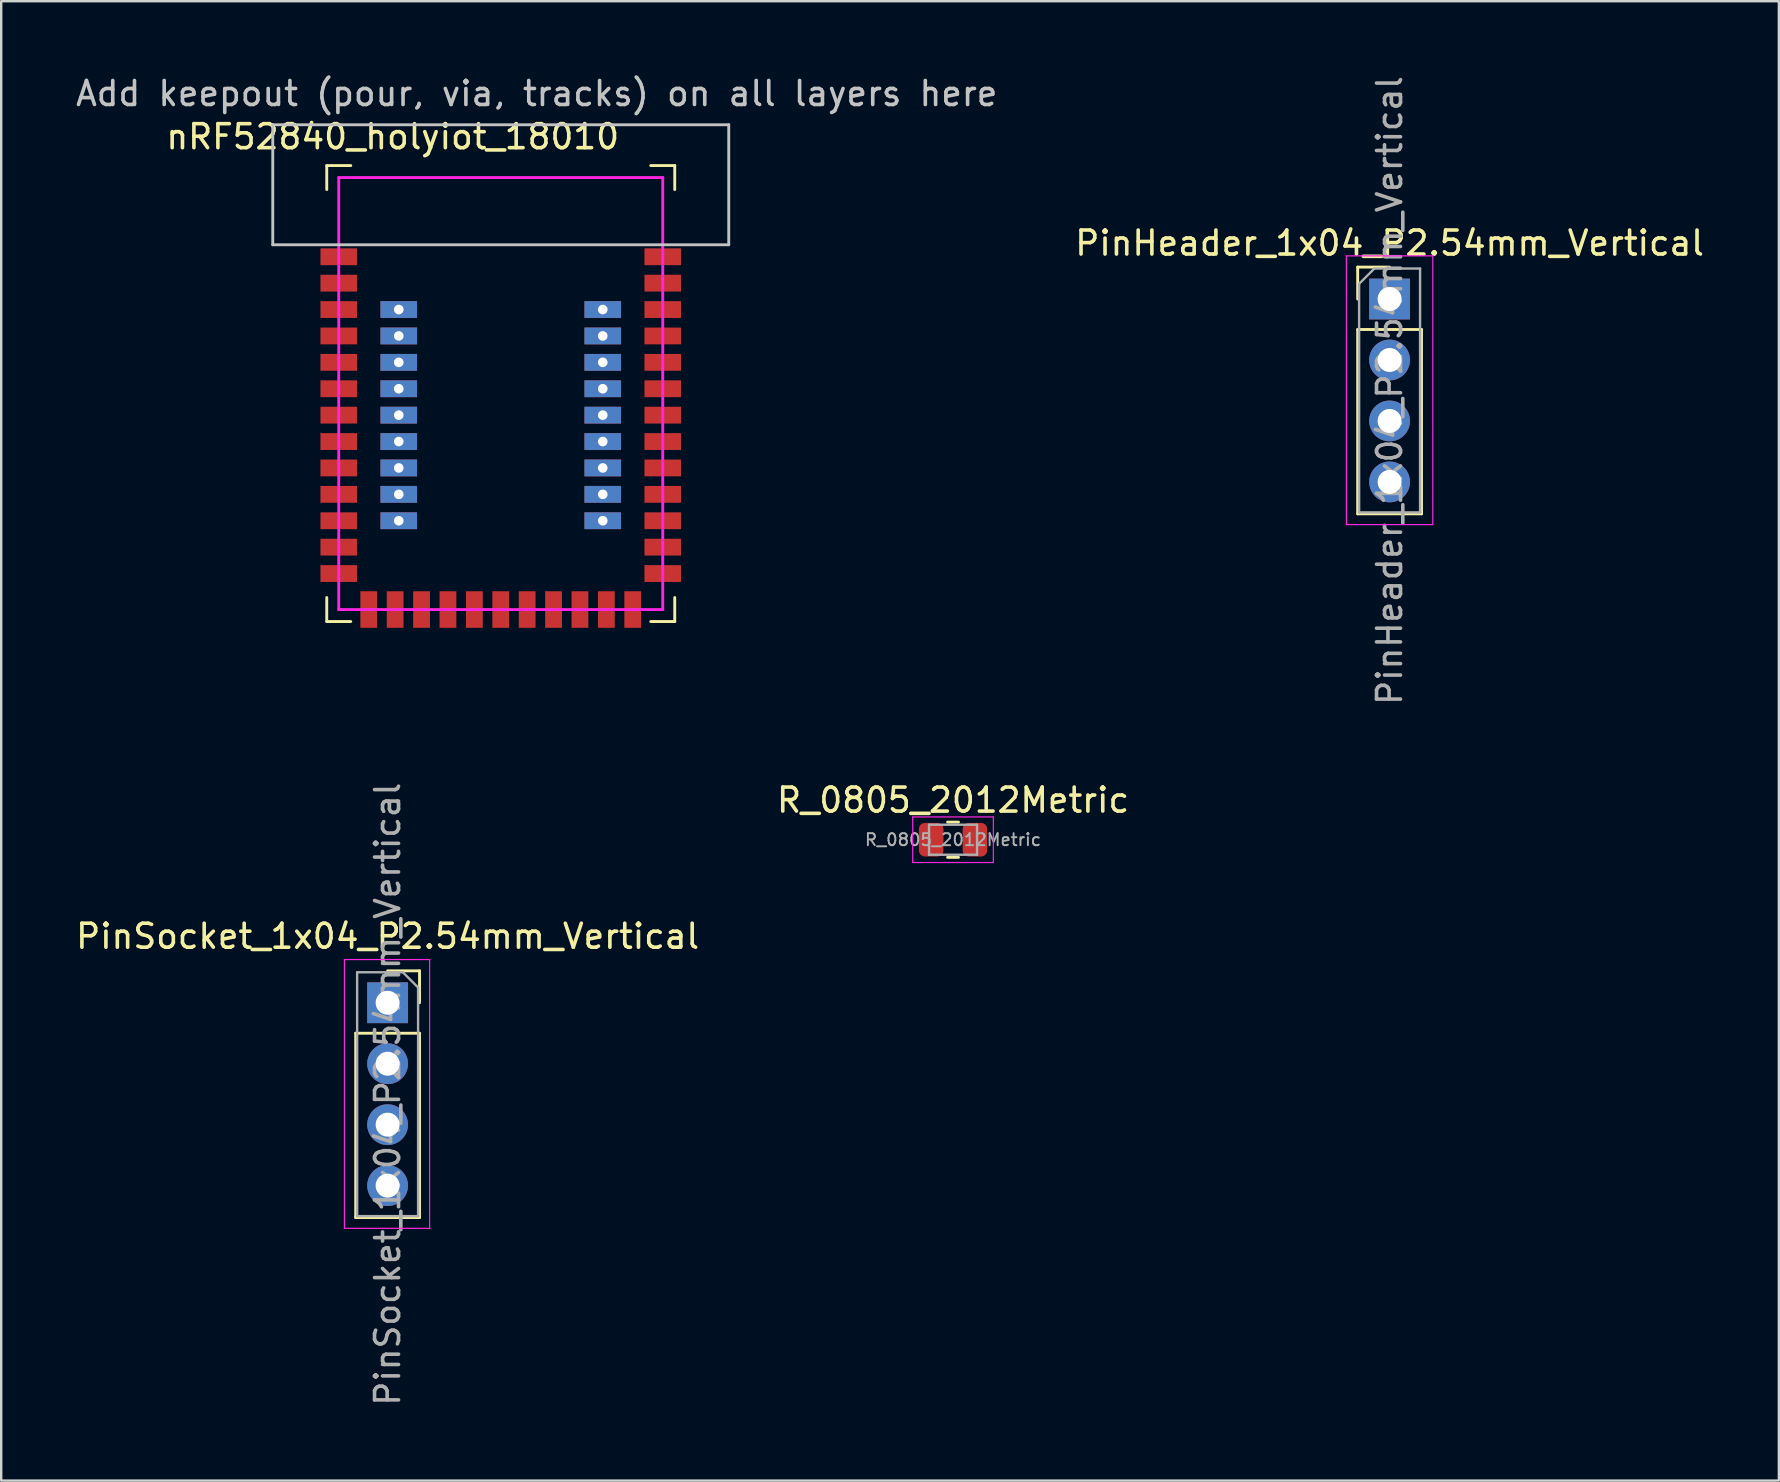
<source format=kicad_pcb>
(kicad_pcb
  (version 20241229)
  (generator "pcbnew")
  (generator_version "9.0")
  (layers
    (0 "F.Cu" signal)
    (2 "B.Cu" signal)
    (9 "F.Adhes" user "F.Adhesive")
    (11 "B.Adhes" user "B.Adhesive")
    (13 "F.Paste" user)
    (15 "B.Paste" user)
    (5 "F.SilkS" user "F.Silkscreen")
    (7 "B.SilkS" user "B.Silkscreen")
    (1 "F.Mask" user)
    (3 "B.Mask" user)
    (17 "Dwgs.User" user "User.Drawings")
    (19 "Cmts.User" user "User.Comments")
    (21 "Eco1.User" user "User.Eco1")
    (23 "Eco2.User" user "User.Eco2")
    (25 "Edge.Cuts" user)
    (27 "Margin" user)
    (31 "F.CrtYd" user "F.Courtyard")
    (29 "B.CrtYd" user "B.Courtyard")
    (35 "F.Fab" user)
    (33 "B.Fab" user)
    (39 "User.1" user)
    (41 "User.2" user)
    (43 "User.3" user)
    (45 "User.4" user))
  (footprint "nRF52840_holyiot_18010"
    (layer "F.Cu")
    (at 17.815 13.348)
    (property "Reference" "nRF52840_holyiot_18010" (at -4.5 -10.7 0) (layer "F.SilkS") (effects (font (size 1 1) (thickness 0.15))))
    (attr through_hole)
    (fp_line (start -7.25 -9.5) (end -7.25 -8.5) (stroke (width 0.12) (type solid)) (layer "F.SilkS"))
    (fp_line (start -7.25 -9.5) (end -6.25 -9.5) (stroke (width 0.12) (type solid)) (layer "F.SilkS"))
    (fp_line (start -7.25 8.5) (end -7.25 9.5) (stroke (width 0.12) (type solid)) (layer "F.SilkS"))
    (fp_line (start -6.25 9.5) (end -7.25 9.5) (stroke (width 0.12) (type solid)) (layer "F.SilkS"))
    (fp_line (start 6.25 -9.5) (end 7.25 -9.5) (stroke (width 0.12) (type solid)) (layer "F.SilkS"))
    (fp_line (start 6.25 9.5) (end 7.25 9.5) (stroke (width 0.12) (type solid)) (layer "F.SilkS"))
    (fp_line (start 7.25 -9.5) (end 7.25 -8.5) (stroke (width 0.12) (type solid)) (layer "F.SilkS"))
    (fp_line (start 7.25 8.5) (end 7.25 9.5) (stroke (width 0.12) (type solid)) (layer "F.SilkS"))
    (fp_line (start -9.5 -11.2) (end 9.5 -11.2) (stroke (width 0.12) (type solid)) (layer "Dwgs.User"))
    (fp_line (start -9.5 -6.2) (end -9.5 -11.2) (stroke (width 0.12) (type solid)) (layer "Dwgs.User"))
    (fp_line (start 9.5 -11.2) (end 9.5 -6.2) (stroke (width 0.12) (type solid)) (layer "Dwgs.User"))
    (fp_line (start 9.5 -6.2) (end -9.5 -6.2) (stroke (width 0.12) (type solid)) (layer "Dwgs.User"))
    (fp_line (start -6.75 -9) (end 6.75 -9) (stroke (width 0.12) (type solid)) (layer "F.CrtYd"))
    (fp_line (start -6.75 9) (end -6.75 -9) (stroke (width 0.12) (type solid)) (layer "F.CrtYd"))
    (fp_line (start 6.75 -9) (end 6.75 9) (stroke (width 0.12) (type solid)) (layer "F.CrtYd"))
    (fp_line (start 6.75 9) (end -6.75 9) (stroke (width 0.12) (type solid)) (layer "F.CrtYd"))
    (fp_text user "Add keepout (pour, via, tracks) on all layers here" (at 1.5 -12.5 0) (layer "Dwgs.User") (effects (font (size 1 1) (thickness 0.15))))
    (pad "1" smd rect (at -6.75 -5.7) (size 1.524 0.7) (layers "F.Cu" "F.Mask" "F.Paste"))
    (pad "2" smd rect (at -6.75 -4.6) (size 1.524 0.7) (layers "F.Cu" "F.Mask" "F.Paste"))
    (pad "3" smd rect (at -6.75 -3.5) (size 1.524 0.7) (layers "F.Cu" "F.Mask" "F.Paste"))
    (pad "4" smd rect (at -6.75 -2.4) (size 1.524 0.7) (layers "F.Cu" "F.Mask" "F.Paste"))
    (pad "5" smd rect (at -6.75 -1.3) (size 1.524 0.7) (layers "F.Cu" "F.Mask" "F.Paste"))
    (pad "6" smd rect (at -6.75 -0.2) (size 1.524 0.7) (layers "F.Cu" "F.Mask" "F.Paste"))
    (pad "7" smd rect (at -6.75 0.9) (size 1.524 0.7) (layers "F.Cu" "F.Mask" "F.Paste"))
    (pad "8" smd rect (at -6.75 2) (size 1.524 0.7) (layers "F.Cu" "F.Mask" "F.Paste"))
    (pad "9" smd rect (at -6.75 3.1) (size 1.524 0.7) (layers "F.Cu" "F.Mask" "F.Paste"))
    (pad "10" smd rect (at -6.75 4.2) (size 1.524 0.7) (layers "F.Cu" "F.Mask" "F.Paste"))
    (pad "11" smd rect (at -6.75 5.3) (size 1.524 0.7) (layers "F.Cu" "F.Mask" "F.Paste"))
    (pad "12" smd rect (at -6.75 6.4) (size 1.524 0.7) (layers "F.Cu" "F.Mask" "F.Paste"))
    (pad "13" smd rect (at -6.75 7.5) (size 1.524 0.7) (layers "F.Cu" "F.Mask" "F.Paste"))
    (pad "14" smd rect (at -5.5 9 90) (size 1.524 0.7) (layers "F.Cu" "F.Mask" "F.Paste"))
    (pad "15" smd rect (at -4.4 9 90) (size 1.524 0.7) (layers "F.Cu" "F.Mask" "F.Paste"))
    (pad "16" smd rect (at -3.3 9 90) (size 1.524 0.7) (layers "F.Cu" "F.Mask" "F.Paste"))
    (pad "17" smd rect (at -2.2 9 90) (size 1.524 0.7) (layers "F.Cu" "F.Mask" "F.Paste"))
    (pad "18" smd rect (at -1.1 9 90) (size 1.524 0.7) (layers "F.Cu" "F.Mask" "F.Paste"))
    (pad "19" smd rect (at 0 9 90) (size 1.524 0.7) (layers "F.Cu" "F.Mask" "F.Paste"))
    (pad "20" smd rect (at 1.1 9 90) (size 1.524 0.7) (layers "F.Cu" "F.Mask" "F.Paste"))
    (pad "21" smd rect (at 2.2 9 90) (size 1.524 0.7) (layers "F.Cu" "F.Mask" "F.Paste"))
    (pad "22" smd rect (at 3.3 9 90) (size 1.524 0.7) (layers "F.Cu" "F.Mask" "F.Paste"))
    (pad "23" smd rect (at 4.4 9 90) (size 1.524 0.7) (layers "F.Cu" "F.Mask" "F.Paste"))
    (pad "24" smd rect (at 5.5 9 90) (size 1.524 0.7) (layers "F.Cu" "F.Mask" "F.Paste"))
    (pad "25" smd rect (at 6.75 7.5 180) (size 1.524 0.7) (layers "F.Cu" "F.Mask" "F.Paste"))
    (pad "26" smd rect (at 6.75 6.4 180) (size 1.524 0.7) (layers "F.Cu" "F.Mask" "F.Paste"))
    (pad "27" smd rect (at 6.75 5.3 180) (size 1.524 0.7) (layers "F.Cu" "F.Mask" "F.Paste"))
    (pad "28" smd rect (at 6.75 4.2 180) (size 1.524 0.7) (layers "F.Cu" "F.Mask" "F.Paste"))
    (pad "29" smd rect (at 6.75 3.1 180) (size 1.524 0.7) (layers "F.Cu" "F.Mask" "F.Paste"))
    (pad "30" smd rect (at 6.75 2 180) (size 1.524 0.7) (layers "F.Cu" "F.Mask" "F.Paste"))
    (pad "31" smd rect (at 6.75 0.9 180) (size 1.524 0.7) (layers "F.Cu" "F.Mask" "F.Paste"))
    (pad "32" smd rect (at 6.75 -0.2 180) (size 1.524 0.7) (layers "F.Cu" "F.Mask" "F.Paste"))
    (pad "33" smd rect (at 6.75 -1.3 180) (size 1.524 0.7) (layers "F.Cu" "F.Mask" "F.Paste"))
    (pad "34" smd rect (at 6.75 -2.4 180) (size 1.524 0.7) (layers "F.Cu" "F.Mask" "F.Paste"))
    (pad "35" smd rect (at 6.75 -3.5 180) (size 1.524 0.7) (layers "F.Cu" "F.Mask" "F.Paste"))
    (pad "36" smd rect (at 6.75 -4.6 180) (size 1.524 0.7) (layers "F.Cu" "F.Mask" "F.Paste"))
    (pad "37" smd rect (at 6.75 -5.7 180) (size 1.524 0.7) (layers "F.Cu" "F.Mask" "F.Paste"))
    (pad "38" thru_hole rect (at -4.25 -3.5 180) (size 1.524 0.7) (drill 0.4) (layers "*.Cu" "*.Mask"))
    (pad "39" thru_hole rect (at -4.25 -2.4 180) (size 1.524 0.7) (drill 0.4) (layers "*.Cu" "*.Mask"))
    (pad "40" thru_hole rect (at -4.25 -1.3 180) (size 1.524 0.7) (drill 0.4) (layers "*.Cu" "*.Mask"))
    (pad "41" thru_hole rect (at -4.25 -0.2 180) (size 1.524 0.7) (drill 0.4) (layers "*.Cu" "*.Mask"))
    (pad "42" thru_hole rect (at -4.25 0.9 180) (size 1.524 0.7) (drill 0.4) (layers "*.Cu" "*.Mask"))
    (pad "43" thru_hole rect (at -4.25 2 180) (size 1.524 0.7) (drill 0.4) (layers "*.Cu" "*.Mask"))
    (pad "44" thru_hole rect (at -4.25 3.1 180) (size 1.524 0.7) (drill 0.4) (layers "*.Cu" "*.Mask"))
    (pad "45" thru_hole rect (at -4.25 4.2 180) (size 1.524 0.7) (drill 0.4) (layers "*.Cu" "*.Mask"))
    (pad "46" thru_hole rect (at -4.25 5.3 180) (size 1.524 0.7) (drill 0.4) (layers "*.Cu" "*.Mask"))
    (pad "47" thru_hole rect (at 4.25 -3.5 180) (size 1.524 0.7) (drill 0.4) (layers "*.Cu" "*.Mask"))
    (pad "48" thru_hole rect (at 4.25 -2.4 180) (size 1.524 0.7) (drill 0.4) (layers "*.Cu" "*.Mask"))
    (pad "49" thru_hole rect (at 4.25 -1.3 180) (size 1.524 0.7) (drill 0.4) (layers "*.Cu" "*.Mask"))
    (pad "50" thru_hole rect (at 4.25 -0.2 180) (size 1.524 0.7) (drill 0.4) (layers "*.Cu" "*.Mask"))
    (pad "51" thru_hole rect (at 4.25 0.9 180) (size 1.524 0.7) (drill 0.4) (layers "*.Cu" "*.Mask"))
    (pad "52" thru_hole rect (at 4.25 2 180) (size 1.524 0.7) (drill 0.4) (layers "*.Cu" "*.Mask"))
    (pad "53" thru_hole rect (at 4.25 3.1 180) (size 1.524 0.7) (drill 0.4) (layers "*.Cu" "*.Mask"))
    (pad "54" thru_hole rect (at 4.25 4.2 180) (size 1.524 0.7) (drill 0.4) (layers "*.Cu" "*.Mask"))
    (pad "55" thru_hole rect (at 4.25 5.3 180) (size 1.524 0.7) (drill 0.4) (layers "*.Cu" "*.Mask")))
  (footprint "PinHeader_1x04_P2.54mm_Vertical"
    (layer "F.Cu")
    (at 54.851 9.41)
    (property "Reference" "PinHeader_1x04_P2.54mm_Vertical" (at 0 -2.33 0) (layer "F.SilkS") (effects (font (size 1 1) (thickness 0.15))))
    (attr through_hole exclude_from_pos_files exclude_from_bom)
    (fp_line (start -1.33 -1.33) (end 0 -1.33) (stroke (width 0.12) (type solid)) (layer "F.SilkS"))
    (fp_line (start -1.33 0) (end -1.33 -1.33) (stroke (width 0.12) (type solid)) (layer "F.SilkS"))
    (fp_line (start -1.33 1.27) (end -1.33 8.95) (stroke (width 0.12) (type solid)) (layer "F.SilkS"))
    (fp_line (start -1.33 1.27) (end 1.33 1.27) (stroke (width 0.12) (type solid)) (layer "F.SilkS"))
    (fp_line (start -1.33 8.95) (end 1.33 8.95) (stroke (width 0.12) (type solid)) (layer "F.SilkS"))
    (fp_line (start 1.33 1.27) (end 1.33 8.95) (stroke (width 0.12) (type solid)) (layer "F.SilkS"))
    (fp_line (start -1.8 -1.8) (end -1.8 9.4) (stroke (width 0.05) (type solid)) (layer "F.CrtYd"))
    (fp_line (start -1.8 9.4) (end 1.8 9.4) (stroke (width 0.05) (type solid)) (layer "F.CrtYd"))
    (fp_line (start 1.8 -1.8) (end -1.8 -1.8) (stroke (width 0.05) (type solid)) (layer "F.CrtYd"))
    (fp_line (start 1.8 9.4) (end 1.8 -1.8) (stroke (width 0.05) (type solid)) (layer "F.CrtYd"))
    (fp_line (start -1.27 -0.635) (end -0.635 -1.27) (stroke (width 0.1) (type solid)) (layer "F.Fab"))
    (fp_line (start -1.27 8.89) (end -1.27 -0.635) (stroke (width 0.1) (type solid)) (layer "F.Fab"))
    (fp_line (start -0.635 -1.27) (end 1.27 -1.27) (stroke (width 0.1) (type solid)) (layer "F.Fab"))
    (fp_line (start 1.27 -1.27) (end 1.27 8.89) (stroke (width 0.1) (type solid)) (layer "F.Fab"))
    (fp_line (start 1.27 8.89) (end -1.27 8.89) (stroke (width 0.1) (type solid)) (layer "F.Fab"))
    (fp_text user "${REFERENCE}" (at 0 3.81 90) (layer "F.Fab") (effects (font (size 1 1) (thickness 0.15))))
    (pad "1" thru_hole rect (at 0 0) (size 1.7 1.7) (drill 1) (layers "*.Cu" "*.Mask"))
    (pad "2" thru_hole oval (at 0 2.54) (size 1.7 1.7) (drill 1) (layers "*.Cu" "*.Mask"))
    (pad "3" thru_hole oval (at 0 5.08) (size 1.7 1.7) (drill 1) (layers "*.Cu" "*.Mask"))
    (pad "4" thru_hole oval (at 0 7.62) (size 1.7 1.7) (drill 1) (layers "*.Cu" "*.Mask")))
  (footprint "R_0805_2012Metric"
    (layer "F.Cu")
    (at 36.661 31.939)
    (property "Reference" "R_0805_2012Metric" (at 0 -1.65 0) (layer "F.SilkS") (effects (font (size 1 1) (thickness 0.15))))
    (attr smd)
    (fp_line (start -0.227 -0.735) (end 0.227 -0.735) (stroke (width 0.12) (type solid)) (layer "F.SilkS"))
    (fp_line (start -0.227 0.735) (end 0.227 0.735) (stroke (width 0.12) (type solid)) (layer "F.SilkS"))
    (fp_line (start -1.68 -0.95) (end 1.68 -0.95) (stroke (width 0.05) (type solid)) (layer "F.CrtYd"))
    (fp_line (start -1.68 0.95) (end -1.68 -0.95) (stroke (width 0.05) (type solid)) (layer "F.CrtYd"))
    (fp_line (start 1.68 -0.95) (end 1.68 0.95) (stroke (width 0.05) (type solid)) (layer "F.CrtYd"))
    (fp_line (start 1.68 0.95) (end -1.68 0.95) (stroke (width 0.05) (type solid)) (layer "F.CrtYd"))
    (fp_line (start -1 -0.625) (end 1 -0.625) (stroke (width 0.1) (type solid)) (layer "F.Fab"))
    (fp_line (start -1 0.625) (end -1 -0.625) (stroke (width 0.1) (type solid)) (layer "F.Fab"))
    (fp_line (start 1 -0.625) (end 1 0.625) (stroke (width 0.1) (type solid)) (layer "F.Fab"))
    (fp_line (start 1 0.625) (end -1 0.625) (stroke (width 0.1) (type solid)) (layer "F.Fab"))
    (fp_text user "${REFERENCE}" (at 0 0 0) (layer "F.Fab") (effects (font (size 0.5 0.5) (thickness 0.08))))
    (pad "1" smd roundrect (at -0.912 0) (size 1.025 1.4) (layers "F.Cu" "F.Mask" "F.Paste") (roundrect_rratio 0.244))
    (pad "2" smd roundrect (at 0.912 0) (size 1.025 1.4) (layers "F.Cu" "F.Mask" "F.Paste") (roundrect_rratio 0.244)))
  (footprint "PinSocket_1x04_P2.54mm_Vertical"
    (layer "F.Cu")
    (at 13.101 38.732)
    (property "Reference" "PinSocket_1x04_P2.54mm_Vertical" (at 0 -2.77 0) (layer "F.SilkS") (effects (font (size 1 1) (thickness 0.15))))
    (attr through_hole exclude_from_pos_files exclude_from_bom)
    (fp_line (start -1.33 1.27) (end -1.33 8.95) (stroke (width 0.12) (type solid)) (layer "F.SilkS"))
    (fp_line (start -1.33 1.27) (end 1.33 1.27) (stroke (width 0.12) (type solid)) (layer "F.SilkS"))
    (fp_line (start -1.33 8.95) (end 1.33 8.95) (stroke (width 0.12) (type solid)) (layer "F.SilkS"))
    (fp_line (start 0 -1.33) (end 1.33 -1.33) (stroke (width 0.12) (type solid)) (layer "F.SilkS"))
    (fp_line (start 1.33 -1.33) (end 1.33 0) (stroke (width 0.12) (type solid)) (layer "F.SilkS"))
    (fp_line (start 1.33 1.27) (end 1.33 8.95) (stroke (width 0.12) (type solid)) (layer "F.SilkS"))
    (fp_line (start -1.8 -1.8) (end 1.75 -1.8) (stroke (width 0.05) (type solid)) (layer "F.CrtYd"))
    (fp_line (start -1.8 9.4) (end -1.8 -1.8) (stroke (width 0.05) (type solid)) (layer "F.CrtYd"))
    (fp_line (start 1.75 -1.8) (end 1.75 9.4) (stroke (width 0.05) (type solid)) (layer "F.CrtYd"))
    (fp_line (start 1.75 9.4) (end -1.8 9.4) (stroke (width 0.05) (type solid)) (layer "F.CrtYd"))
    (fp_line (start -1.27 -1.27) (end 0.635 -1.27) (stroke (width 0.1) (type solid)) (layer "F.Fab"))
    (fp_line (start -1.27 8.89) (end -1.27 -1.27) (stroke (width 0.1) (type solid)) (layer "F.Fab"))
    (fp_line (start 0.635 -1.27) (end 1.27 -0.635) (stroke (width 0.1) (type solid)) (layer "F.Fab"))
    (fp_line (start 1.27 -0.635) (end 1.27 8.89) (stroke (width 0.1) (type solid)) (layer "F.Fab"))
    (fp_line (start 1.27 8.89) (end -1.27 8.89) (stroke (width 0.1) (type solid)) (layer "F.Fab"))
    (fp_text user "${REFERENCE}" (at 0 3.81 270) (layer "F.Fab") (effects (font (size 1 1) (thickness 0.15))))
    (pad "1" thru_hole rect (at 0 0) (size 1.7 1.7) (drill 1) (layers "*.Cu" "*.Mask"))
    (pad "2" thru_hole oval (at 0 2.54) (size 1.7 1.7) (drill 1) (layers "*.Cu" "*.Mask"))
    (pad "3" thru_hole oval (at 0 5.08) (size 1.7 1.7) (drill 1) (layers "*.Cu" "*.Mask"))
    (pad "4" thru_hole oval (at 0 7.62) (size 1.7 1.7) (drill 1) (layers "*.Cu" "*.Mask")))
  (gr_rect
    (start -3 -3)
    (end 71.071 58.643)
    (stroke (width 0.1) (type default))
    (fill no)
    (layer "Edge.Cuts")))
</source>
